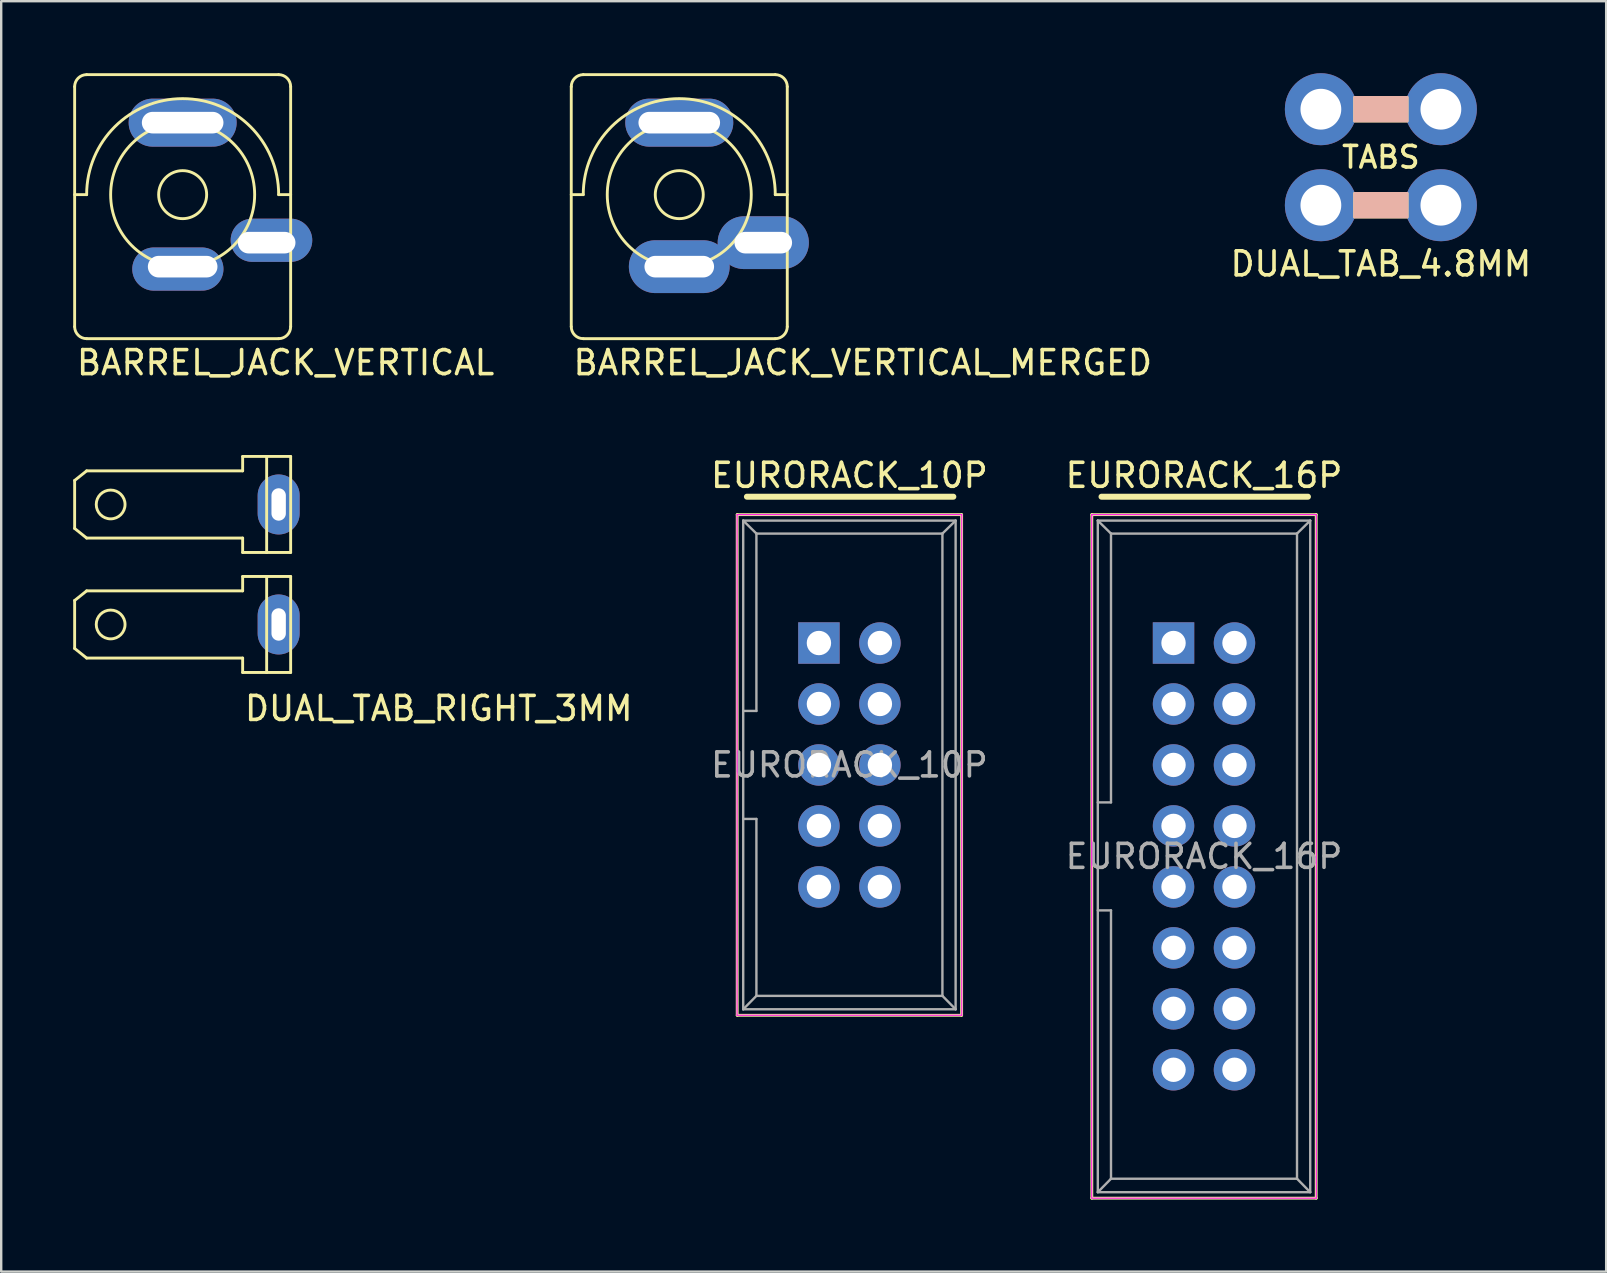
<source format=kicad_pcb>
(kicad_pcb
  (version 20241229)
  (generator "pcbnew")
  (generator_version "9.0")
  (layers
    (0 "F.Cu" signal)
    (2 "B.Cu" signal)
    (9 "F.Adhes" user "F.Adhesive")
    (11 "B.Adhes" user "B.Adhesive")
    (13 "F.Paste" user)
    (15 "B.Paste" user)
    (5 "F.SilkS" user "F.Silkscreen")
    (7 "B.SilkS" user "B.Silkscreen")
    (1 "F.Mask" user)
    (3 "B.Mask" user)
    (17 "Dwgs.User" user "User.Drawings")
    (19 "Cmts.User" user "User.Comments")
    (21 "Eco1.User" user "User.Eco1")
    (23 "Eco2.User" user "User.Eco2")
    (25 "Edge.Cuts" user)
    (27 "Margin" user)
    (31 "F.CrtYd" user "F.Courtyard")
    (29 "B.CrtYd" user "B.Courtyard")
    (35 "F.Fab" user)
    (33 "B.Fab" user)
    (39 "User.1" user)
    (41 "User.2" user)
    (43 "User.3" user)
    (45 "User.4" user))
  (footprint "DUAL_TAB_RIGHT_3MM"
    (layer "F.Cu")
    (at 8.56 20.468)
    (property "Reference" "DUAL_TAB_RIGHT_3MM" (at -1.5 6 180) (layer "F.SilkS") (effects (font (size 1 1) (thickness 0.15)) (justify left)))
    (attr through_hole)
    (fp_line (start -8.5 -3.5) (end -8.5 -1.5) (stroke (width 0.12) (type solid)) (layer "F.SilkS"))
    (fp_line (start -8.5 -1.5) (end -8 -1.1) (stroke (width 0.12) (type solid)) (layer "F.SilkS"))
    (fp_line (start -8.5 1.5) (end -8.5 3.5) (stroke (width 0.12) (type solid)) (layer "F.SilkS"))
    (fp_line (start -8.5 3.5) (end -8 3.9) (stroke (width 0.12) (type solid)) (layer "F.SilkS"))
    (fp_line (start -8 -3.9) (end -8.5 -3.5) (stroke (width 0.12) (type solid)) (layer "F.SilkS"))
    (fp_line (start -8 1.1) (end -8.5 1.5) (stroke (width 0.12) (type solid)) (layer "F.SilkS"))
    (fp_line (start -1.5 -4.5) (end -1.5 -3.9) (stroke (width 0.12) (type solid)) (layer "F.SilkS"))
    (fp_line (start -1.5 -3.9) (end -8 -3.9) (stroke (width 0.12) (type solid)) (layer "F.SilkS"))
    (fp_line (start -1.5 -1.1) (end -8 -1.1) (stroke (width 0.12) (type solid)) (layer "F.SilkS"))
    (fp_line (start -1.5 -0.5) (end -1.5 -1.1) (stroke (width 0.12) (type solid)) (layer "F.SilkS"))
    (fp_line (start -1.5 0.5) (end -1.5 1.1) (stroke (width 0.12) (type solid)) (layer "F.SilkS"))
    (fp_line (start -1.5 1.1) (end -8 1.1) (stroke (width 0.12) (type solid)) (layer "F.SilkS"))
    (fp_line (start -1.5 3.9) (end -8 3.9) (stroke (width 0.12) (type solid)) (layer "F.SilkS"))
    (fp_line (start -1.5 4.5) (end -1.5 3.9) (stroke (width 0.12) (type solid)) (layer "F.SilkS"))
    (fp_line (start -0.5 -4.5) (end -1.5 -4.5) (stroke (width 0.12) (type solid)) (layer "F.SilkS"))
    (fp_line (start -0.5 -4.5) (end -0.5 -0.5) (stroke (width 0.12) (type solid)) (layer "F.SilkS"))
    (fp_line (start -0.5 -0.5) (end -1.5 -0.5) (stroke (width 0.12) (type solid)) (layer "F.SilkS"))
    (fp_line (start -0.5 -0.5) (end 0.5 -0.5) (stroke (width 0.12) (type solid)) (layer "F.SilkS"))
    (fp_line (start -0.5 0.5) (end -1.5 0.5) (stroke (width 0.12) (type solid)) (layer "F.SilkS"))
    (fp_line (start -0.5 0.5) (end -0.5 4.5) (stroke (width 0.12) (type solid)) (layer "F.SilkS"))
    (fp_line (start -0.5 4.5) (end -1.5 4.5) (stroke (width 0.12) (type solid)) (layer "F.SilkS"))
    (fp_line (start -0.5 4.5) (end 0.5 4.5) (stroke (width 0.12) (type solid)) (layer "F.SilkS"))
    (fp_line (start 0.5 -4.5) (end -0.5 -4.5) (stroke (width 0.12) (type solid)) (layer "F.SilkS"))
    (fp_line (start 0.5 -4.5) (end 0.5 -0.5) (stroke (width 0.12) (type solid)) (layer "F.SilkS"))
    (fp_line (start 0.5 0.5) (end -0.5 0.5) (stroke (width 0.12) (type solid)) (layer "F.SilkS"))
    (fp_line (start 0.5 0.5) (end 0.5 4.5) (stroke (width 0.12) (type solid)) (layer "F.SilkS"))
    (fp_circle (center -7 -2.5) (end -6.4 -2.5) (stroke (width 0.12) (type solid)) (fill no) (layer "F.SilkS"))
    (fp_circle (center -7 2.5) (end -6.4 2.5) (stroke (width 0.12) (type solid)) (fill no) (layer "F.SilkS"))
    (pad "1" thru_hole oval (at 0 -2.5) (size 1.75 2.5) (drill oval 0.6 1.35) (layers "*.Cu" "*.Mask"))
    (pad "2" thru_hole oval (at 0 2.5) (size 1.75 2.5) (drill oval 0.6 1.35) (layers "*.Cu" "*.Mask")))
  (footprint "DUAL_TAB_4.8MM"
    (layer "F.Cu")
    (at 54.483 3.5)
    (property "Reference" "DUAL_TAB_4.8MM" (at 0 4.445 0) (layer "F.SilkS") (effects (font (size 1 1) (thickness 0.15))))
    (attr through_hole)
    (fp_poly (pts (xy 1.1 -1.5) (xy -1.1 -1.5) (xy -1.1 -2.5) (xy 1.1 -2.5)) (stroke (width 0.1) (type solid)) (fill yes) (layer "F.SilkS"))
    (fp_poly (pts (xy 1.1 2.5) (xy -1.1 2.5) (xy -1.1 1.5) (xy 1.1 1.5)) (stroke (width 0.1) (type solid)) (fill yes) (layer "F.SilkS"))
    (fp_poly (pts (xy 1.1 -1.5) (xy -1.1 -1.5) (xy -1.1 -2.5) (xy 1.1 -2.5)) (stroke (width 0.1) (type solid)) (fill yes) (layer "B.SilkS"))
    (fp_poly (pts (xy 1.1 2.5) (xy -1.1 2.5) (xy -1.1 1.5) (xy 1.1 1.5)) (stroke (width 0.1) (type solid)) (fill yes) (layer "B.SilkS"))
    (fp_text user "TABS" (at 0 0 0) (layer "F.SilkS") (effects (font (size 0.9 0.9) (thickness 0.15))))
    (pad "1" thru_hole circle (at -2.5 2) (size 3 3) (drill 1.7) (layers "*.Cu" "*.Mask"))
    (pad "1" thru_hole circle (at 2.5 2) (size 3 3) (drill 1.7) (layers "*.Cu" "*.Mask"))
    (pad "2" thru_hole circle (at -2.5 -2) (size 3 3) (drill 1.7) (layers "*.Cu" "*.Mask"))
    (pad "2" thru_hole circle (at 2.5 -2) (size 3 3) (drill 1.7) (layers "*.Cu" "*.Mask")))
  (footprint "BARREL_JACK_VERTICAL_MERGED"
    (layer "F.Cu")
    (at 25.251 5.06)
    (property "Reference" "BARREL_JACK_VERTICAL_MERGED" (at -4.5 7 0) (layer "F.SilkS") (effects (font (size 1 1) (thickness 0.15)) (justify left)))
    (attr through_hole)
    (fp_line (start -4.5 0) (end -4 0) (stroke (width 0.12) (type solid)) (layer "F.SilkS"))
    (fp_line (start -4.5 5.5) (end -4.5 -4.5) (stroke (width 0.12) (type solid)) (layer "F.SilkS"))
    (fp_line (start -4 -5) (end 4 -5) (stroke (width 0.12) (type solid)) (layer "F.SilkS"))
    (fp_line (start 4 0) (end 4.5 0) (stroke (width 0.12) (type solid)) (layer "F.SilkS"))
    (fp_line (start 4 6) (end -4 6) (stroke (width 0.12) (type solid)) (layer "F.SilkS"))
    (fp_line (start 4.5 -4.5) (end 4.5 5.5) (stroke (width 0.12) (type solid)) (layer "F.SilkS"))
    (fp_arc (start -4.5 -4.5) (mid -4.353553 -4.853553) (end -4 -5) (stroke (width 0.12) (type solid)) (layer "F.SilkS"))
    (fp_arc (start -4 0) (mid 0 -4) (end 4 0) (stroke (width 0.12) (type solid)) (layer "F.SilkS"))
    (fp_arc (start -4 6) (mid -4.353553 5.853553) (end -4.5 5.5) (stroke (width 0.12) (type solid)) (layer "F.SilkS"))
    (fp_arc (start 4 -5) (mid 4.353553 -4.853553) (end 4.5 -4.5) (stroke (width 0.12) (type solid)) (layer "F.SilkS"))
    (fp_arc (start 4.5 5.5) (mid 4.353553 5.853553) (end 4 6) (stroke (width 0.12) (type solid)) (layer "F.SilkS"))
    (fp_circle (center 0 0) (end 1 0) (stroke (width 0.12) (type solid)) (fill no) (layer "F.SilkS"))
    (fp_circle (center 0 0) (end 3 0) (stroke (width 0.12) (type solid)) (fill no) (layer "F.SilkS"))
    (pad "1" thru_hole oval (at 0 -3) (size 4.5 2) (drill oval 3.4 0.9) (layers "*.Cu" "*.Mask"))
    (pad "2" thru_hole oval (at 0 3) (size 4.2 2.2) (drill oval 2.9 0.9) (layers "*.Cu" "*.Mask"))
    (pad "3" thru_hole oval (at 3.5 2) (size 3.8 2.2) (drill oval 2.4 0.9) (layers "*.Cu" "*.Mask")))
  (footprint "EURORACK_10P"
    (layer "F.Cu")
    (at 31.07 23.741)
    (property "Reference" "EURORACK_10P" (at 1.27 -6.985 0) (layer "F.SilkS") (effects (font (size 1 1) (thickness 0.15))))
    (attr through_hole)
    (fp_line (start -3.405 -5.35) (end 5.945 -5.35) (stroke (width 0.12) (type solid)) (layer "F.SilkS"))
    (fp_line (start -3.405 15.51) (end -3.405 -5.35) (stroke (width 0.12) (type solid)) (layer "F.SilkS"))
    (fp_line (start -3 -6.096) (end 5.6 -6.096) (stroke (width 0.25) (type solid)) (layer "F.SilkS"))
    (fp_line (start 5.945 -5.35) (end 5.945 15.51) (stroke (width 0.12) (type solid)) (layer "F.SilkS"))
    (fp_line (start 5.945 15.51) (end -3.405 15.51) (stroke (width 0.12) (type solid)) (layer "F.SilkS"))
    (fp_line (start -3.41 -5.35) (end 5.95 -5.35) (stroke (width 0.05) (type solid)) (layer "F.CrtYd"))
    (fp_line (start -3.41 15.51) (end -3.41 -5.35) (stroke (width 0.05) (type solid)) (layer "F.CrtYd"))
    (fp_line (start 5.95 -5.35) (end 5.95 15.51) (stroke (width 0.05) (type solid)) (layer "F.CrtYd"))
    (fp_line (start 5.95 15.51) (end -3.41 15.51) (stroke (width 0.05) (type solid)) (layer "F.CrtYd"))
    (fp_line (start -3.155 -5.1) (end -3.155 15.26) (stroke (width 0.1) (type solid)) (layer "F.Fab"))
    (fp_line (start -3.155 -5.1) (end -2.605 -4.56) (stroke (width 0.1) (type solid)) (layer "F.Fab"))
    (fp_line (start -3.155 15.26) (end -2.605 14.7) (stroke (width 0.1) (type solid)) (layer "F.Fab"))
    (fp_line (start -2.605 -4.56) (end -2.605 2.83) (stroke (width 0.1) (type solid)) (layer "F.Fab"))
    (fp_line (start -2.605 2.83) (end -3.155 2.83) (stroke (width 0.1) (type solid)) (layer "F.Fab"))
    (fp_line (start -2.605 7.33) (end -3.155 7.33) (stroke (width 0.1) (type solid)) (layer "F.Fab"))
    (fp_line (start -2.605 7.33) (end -2.605 14.7) (stroke (width 0.1) (type solid)) (layer "F.Fab"))
    (fp_line (start 5.145 -4.56) (end -2.605 -4.56) (stroke (width 0.1) (type solid)) (layer "F.Fab"))
    (fp_line (start 5.145 -4.56) (end 5.145 14.7) (stroke (width 0.1) (type solid)) (layer "F.Fab"))
    (fp_line (start 5.145 14.7) (end -2.605 14.7) (stroke (width 0.1) (type solid)) (layer "F.Fab"))
    (fp_line (start 5.695 -5.1) (end -3.155 -5.1) (stroke (width 0.1) (type solid)) (layer "F.Fab"))
    (fp_line (start 5.695 -5.1) (end 5.145 -4.56) (stroke (width 0.1) (type solid)) (layer "F.Fab"))
    (fp_line (start 5.695 -5.1) (end 5.695 15.26) (stroke (width 0.1) (type solid)) (layer "F.Fab"))
    (fp_line (start 5.695 15.26) (end -3.155 15.26) (stroke (width 0.1) (type solid)) (layer "F.Fab"))
    (fp_line (start 5.695 15.26) (end 5.145 14.7) (stroke (width 0.1) (type solid)) (layer "F.Fab"))
    (fp_text user "${REFERENCE}" (at 1.27 5.08 0) (layer "F.Fab") (effects (font (size 1 1) (thickness 0.15))))
    (pad "1" thru_hole rect (at 0 0) (size 1.727 1.727) (drill 1.016) (layers "*.Cu" "*.Mask"))
    (pad "2" thru_hole oval (at 2.54 0) (size 1.727 1.727) (drill 1.016) (layers "*.Cu" "*.Mask"))
    (pad "3" thru_hole oval (at 0 2.54) (size 1.727 1.727) (drill 1.016) (layers "*.Cu" "*.Mask"))
    (pad "4" thru_hole oval (at 2.54 2.54) (size 1.727 1.727) (drill 1.016) (layers "*.Cu" "*.Mask"))
    (pad "5" thru_hole oval (at 0 5.08) (size 1.727 1.727) (drill 1.016) (layers "*.Cu" "*.Mask"))
    (pad "6" thru_hole oval (at 2.54 5.08) (size 1.727 1.727) (drill 1.016) (layers "*.Cu" "*.Mask"))
    (pad "7" thru_hole oval (at 0 7.62) (size 1.727 1.727) (drill 1.016) (layers "*.Cu" "*.Mask"))
    (pad "8" thru_hole oval (at 2.54 7.62) (size 1.727 1.727) (drill 1.016) (layers "*.Cu" "*.Mask"))
    (pad "9" thru_hole oval (at 0 10.16) (size 1.727 1.727) (drill 1.016) (layers "*.Cu" "*.Mask"))
    (pad "10" thru_hole oval (at 2.54 10.16) (size 1.727 1.727) (drill 1.016) (layers "*.Cu" "*.Mask")))
  (footprint "EURORACK_16P"
    (layer "F.Cu")
    (at 45.844 23.741)
    (property "Reference" "EURORACK_16P" (at 1.27 -6.985 0) (layer "F.SilkS") (effects (font (size 1 1) (thickness 0.15))))
    (attr through_hole)
    (fp_line (start -3.405 -5.35) (end 5.945 -5.35) (stroke (width 0.12) (type solid)) (layer "F.SilkS"))
    (fp_line (start -3.405 23.13) (end -3.405 -5.35) (stroke (width 0.12) (type solid)) (layer "F.SilkS"))
    (fp_line (start -3 -6.096) (end 5.6 -6.096) (stroke (width 0.25) (type solid)) (layer "F.SilkS"))
    (fp_line (start 5.945 -5.35) (end 5.945 23.13) (stroke (width 0.12) (type solid)) (layer "F.SilkS"))
    (fp_line (start 5.945 23.13) (end -3.405 23.13) (stroke (width 0.12) (type solid)) (layer "F.SilkS"))
    (fp_line (start -3.41 -5.35) (end 5.95 -5.35) (stroke (width 0.05) (type solid)) (layer "F.CrtYd"))
    (fp_line (start -3.41 23.13) (end -3.41 -5.35) (stroke (width 0.05) (type solid)) (layer "F.CrtYd"))
    (fp_line (start 5.95 -5.35) (end 5.95 23.13) (stroke (width 0.05) (type solid)) (layer "F.CrtYd"))
    (fp_line (start 5.95 23.13) (end -3.41 23.13) (stroke (width 0.05) (type solid)) (layer "F.CrtYd"))
    (fp_line (start -3.155 -5.1) (end -3.155 22.88) (stroke (width 0.1) (type solid)) (layer "F.Fab"))
    (fp_line (start -3.155 -5.1) (end -2.605 -4.56) (stroke (width 0.1) (type solid)) (layer "F.Fab"))
    (fp_line (start -3.155 22.88) (end -2.605 22.32) (stroke (width 0.1) (type solid)) (layer "F.Fab"))
    (fp_line (start -2.605 -4.56) (end -2.605 6.64) (stroke (width 0.1) (type solid)) (layer "F.Fab"))
    (fp_line (start -2.605 6.64) (end -3.155 6.64) (stroke (width 0.1) (type solid)) (layer "F.Fab"))
    (fp_line (start -2.605 11.14) (end -3.155 11.14) (stroke (width 0.1) (type solid)) (layer "F.Fab"))
    (fp_line (start -2.605 11.14) (end -2.605 22.32) (stroke (width 0.1) (type solid)) (layer "F.Fab"))
    (fp_line (start 5.145 -4.56) (end -2.605 -4.56) (stroke (width 0.1) (type solid)) (layer "F.Fab"))
    (fp_line (start 5.145 -4.56) (end 5.145 22.32) (stroke (width 0.1) (type solid)) (layer "F.Fab"))
    (fp_line (start 5.145 22.32) (end -2.605 22.32) (stroke (width 0.1) (type solid)) (layer "F.Fab"))
    (fp_line (start 5.695 -5.1) (end -3.155 -5.1) (stroke (width 0.1) (type solid)) (layer "F.Fab"))
    (fp_line (start 5.695 -5.1) (end 5.145 -4.56) (stroke (width 0.1) (type solid)) (layer "F.Fab"))
    (fp_line (start 5.695 -5.1) (end 5.695 22.88) (stroke (width 0.1) (type solid)) (layer "F.Fab"))
    (fp_line (start 5.695 22.88) (end -3.155 22.88) (stroke (width 0.1) (type solid)) (layer "F.Fab"))
    (fp_line (start 5.695 22.88) (end 5.145 22.32) (stroke (width 0.1) (type solid)) (layer "F.Fab"))
    (fp_text user "${REFERENCE}" (at 1.27 8.89 0) (layer "F.Fab") (effects (font (size 1 1) (thickness 0.15))))
    (pad "1" thru_hole rect (at 0 0) (size 1.727 1.727) (drill 1.016) (layers "*.Cu" "*.Mask"))
    (pad "2" thru_hole oval (at 2.54 0) (size 1.727 1.727) (drill 1.016) (layers "*.Cu" "*.Mask"))
    (pad "3" thru_hole oval (at 0 2.54) (size 1.727 1.727) (drill 1.016) (layers "*.Cu" "*.Mask"))
    (pad "4" thru_hole oval (at 2.54 2.54) (size 1.727 1.727) (drill 1.016) (layers "*.Cu" "*.Mask"))
    (pad "5" thru_hole oval (at 0 5.08) (size 1.727 1.727) (drill 1.016) (layers "*.Cu" "*.Mask"))
    (pad "6" thru_hole oval (at 2.54 5.08) (size 1.727 1.727) (drill 1.016) (layers "*.Cu" "*.Mask"))
    (pad "7" thru_hole oval (at 0 7.62) (size 1.727 1.727) (drill 1.016) (layers "*.Cu" "*.Mask"))
    (pad "8" thru_hole oval (at 2.54 7.62) (size 1.727 1.727) (drill 1.016) (layers "*.Cu" "*.Mask"))
    (pad "9" thru_hole oval (at 0 10.16) (size 1.727 1.727) (drill 1.016) (layers "*.Cu" "*.Mask"))
    (pad "10" thru_hole oval (at 2.54 10.16) (size 1.727 1.727) (drill 1.016) (layers "*.Cu" "*.Mask"))
    (pad "11" thru_hole oval (at 0 12.7) (size 1.727 1.727) (drill 1.016) (layers "*.Cu" "*.Mask"))
    (pad "12" thru_hole oval (at 2.54 12.7) (size 1.727 1.727) (drill 1.016) (layers "*.Cu" "*.Mask"))
    (pad "13" thru_hole oval (at 0 15.24) (size 1.727 1.727) (drill 1.016) (layers "*.Cu" "*.Mask"))
    (pad "14" thru_hole oval (at 2.54 15.24) (size 1.727 1.727) (drill 1.016) (layers "*.Cu" "*.Mask"))
    (pad "15" thru_hole oval (at 0 17.78) (size 1.727 1.727) (drill 1.016) (layers "*.Cu" "*.Mask"))
    (pad "16" thru_hole oval (at 2.54 17.78) (size 1.727 1.727) (drill 1.016) (layers "*.Cu" "*.Mask")))
  (footprint "BARREL_JACK_VERTICAL"
    (layer "F.Cu")
    (at 4.56 5.06)
    (property "Reference" "BARREL_JACK_VERTICAL" (at -4.5 7 0) (layer "F.SilkS") (effects (font (size 1 1) (thickness 0.15)) (justify left)))
    (attr through_hole)
    (fp_line (start -4.5 0) (end -4 0) (stroke (width 0.12) (type solid)) (layer "F.SilkS"))
    (fp_line (start -4.5 5.5) (end -4.5 -4.5) (stroke (width 0.12) (type solid)) (layer "F.SilkS"))
    (fp_line (start -4 -5) (end 4 -5) (stroke (width 0.12) (type solid)) (layer "F.SilkS"))
    (fp_line (start 4 0) (end 4.5 0) (stroke (width 0.12) (type solid)) (layer "F.SilkS"))
    (fp_line (start 4 6) (end -4 6) (stroke (width 0.12) (type solid)) (layer "F.SilkS"))
    (fp_line (start 4.5 -4.5) (end 4.5 5.5) (stroke (width 0.12) (type solid)) (layer "F.SilkS"))
    (fp_arc (start -4.5 -4.5) (mid -4.353553 -4.853553) (end -4 -5) (stroke (width 0.12) (type solid)) (layer "F.SilkS"))
    (fp_arc (start -4 0) (mid 0 -4) (end 4 0) (stroke (width 0.12) (type solid)) (layer "F.SilkS"))
    (fp_arc (start -4 6) (mid -4.353553 5.853553) (end -4.5 5.5) (stroke (width 0.12) (type solid)) (layer "F.SilkS"))
    (fp_arc (start 4 -5) (mid 4.353553 -4.853553) (end 4.5 -4.5) (stroke (width 0.12) (type solid)) (layer "F.SilkS"))
    (fp_arc (start 4.5 5.5) (mid 4.353553 5.853553) (end 4 6) (stroke (width 0.12) (type solid)) (layer "F.SilkS"))
    (fp_circle (center 0 0) (end 1 0) (stroke (width 0.12) (type solid)) (fill no) (layer "F.SilkS"))
    (fp_circle (center 0 0) (end 3 0) (stroke (width 0.12) (type solid)) (fill no) (layer "F.SilkS"))
    (pad "1" thru_hole oval (at 0 -3) (size 4.5 2) (drill oval 3.4 0.9) (layers "*.Cu" "*.Mask"))
    (pad "2" thru_hole oval (at 0 3) (size 3.8 1.8) (drill oval 2.9 0.9 (offset -0.2 0.1)) (layers "*.Cu" "*.Mask"))
    (pad "3" thru_hole oval (at 3.5 2) (size 3.4 1.8) (drill oval 2.4 0.9 (offset 0.2 -0.1)) (layers "*.Cu" "*.Mask")))
  (gr_rect
    (start -3 -3)
    (end 63.87 49.931)
    (stroke (width 0.1) (type default))
    (fill no)
    (layer "Edge.Cuts")))
</source>
